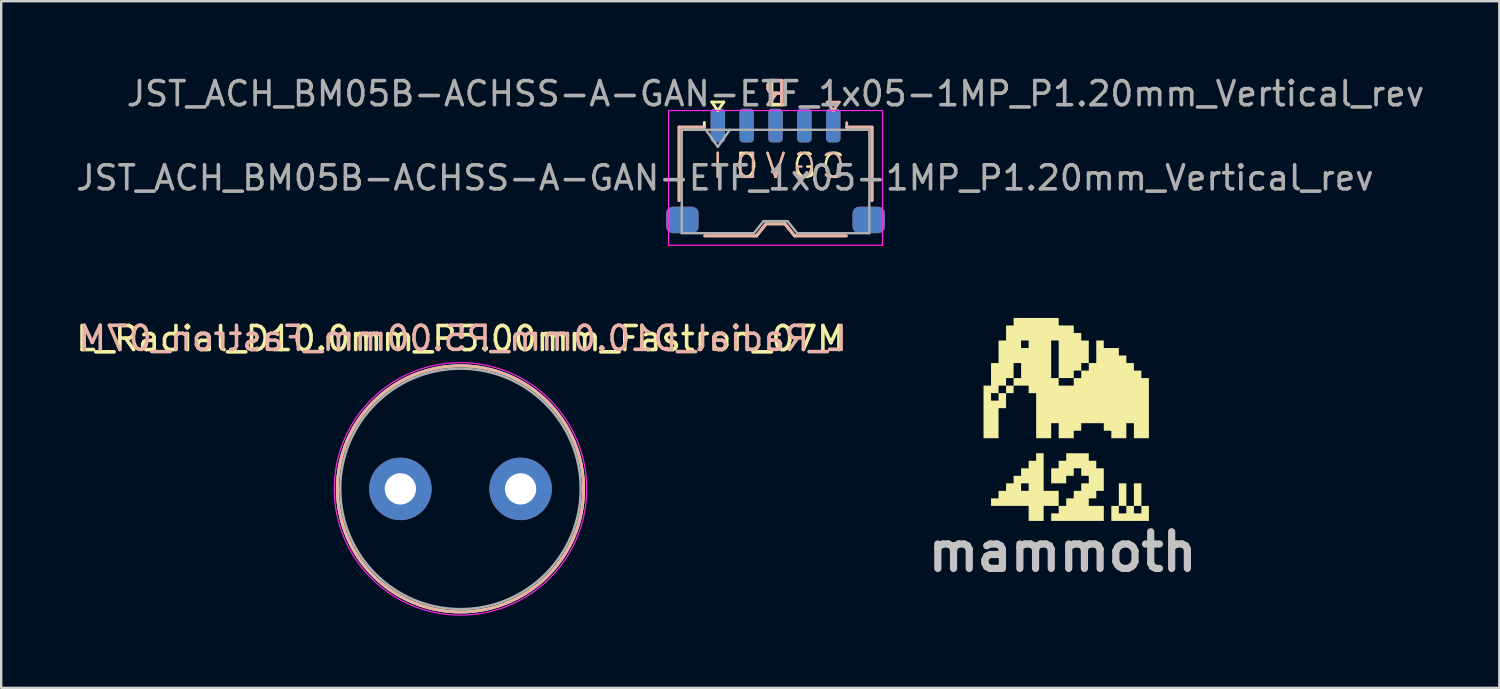
<source format=kicad_pcb>
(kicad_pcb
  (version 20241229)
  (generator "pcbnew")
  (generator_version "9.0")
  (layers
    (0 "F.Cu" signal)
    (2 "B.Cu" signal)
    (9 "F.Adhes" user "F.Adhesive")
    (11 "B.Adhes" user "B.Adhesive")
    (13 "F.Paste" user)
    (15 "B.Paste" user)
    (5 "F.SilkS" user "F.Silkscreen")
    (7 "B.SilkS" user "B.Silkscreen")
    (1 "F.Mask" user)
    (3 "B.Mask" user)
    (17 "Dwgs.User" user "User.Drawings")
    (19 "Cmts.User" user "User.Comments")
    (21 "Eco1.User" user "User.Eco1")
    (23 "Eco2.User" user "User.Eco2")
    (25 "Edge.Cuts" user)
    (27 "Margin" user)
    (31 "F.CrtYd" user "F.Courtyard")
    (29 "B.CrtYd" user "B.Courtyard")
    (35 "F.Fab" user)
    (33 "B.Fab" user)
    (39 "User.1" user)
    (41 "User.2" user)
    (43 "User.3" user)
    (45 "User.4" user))
  (footprint "mammoth"
    (layer "F.Cu")
    (at 41.292 14.55)
    (property "Reference" "mammoth" (at -0.15 5.35 0) (layer "Dwgs.User") (effects (font (size 1.524 1.524) (thickness 0.3))))
    (attr board_only exclude_from_pos_files exclude_from_bom)
    (fp_poly (pts (xy 3.439 3.439) (xy 3.439 4.064) (xy 1.876 4.064) (xy 1.876 3.751) (xy 2.188 3.751) (xy 2.501 3.751) (xy 2.814 3.751) (xy 3.126 3.751) (xy 3.126 3.439) (xy 2.814 3.439) (xy 2.814 3.751) (xy 2.501 3.751) (xy 2.501 3.439) (xy 2.188 3.439) (xy 2.188 3.751) (xy 1.876 3.751) (xy 1.876 3.439) (xy 2.188 3.439) (xy 2.188 2.501) (xy 2.501 2.501) (xy 2.501 3.439) (xy 2.814 3.439) (xy 2.814 2.501) (xy 3.126 2.501) (xy 3.126 3.439)) (stroke (width 0) (type solid)) (fill yes) (layer "F.SilkS"))
    (fp_poly (pts (xy -0.938 2.814) (xy -0.313 2.814) (xy -0.313 3.439) (xy -0.938 3.439) (xy -0.938 4.064) (xy -1.563 4.064) (xy -1.563 3.439) (xy -3.126 3.439) (xy -3.126 3.126) (xy -2.814 3.126) (xy -2.814 2.814) (xy -2.501 2.814) (xy -1.876 2.814) (xy -1.563 2.814) (xy -1.563 2.501) (xy -1.876 2.501) (xy -1.876 2.814) (xy -2.501 2.814) (xy -2.501 2.501) (xy -2.188 2.501) (xy -2.188 2.188) (xy -1.876 2.188) (xy -1.876 1.876) (xy -1.563 1.876) (xy -1.563 1.563) (xy -1.25 1.563) (xy -1.25 1.25) (xy -0.938 1.25)) (stroke (width 0) (type solid)) (fill yes) (layer "F.SilkS"))
    (fp_poly (pts (xy 0.938 1.563) (xy 1.25 1.563) (xy 1.25 1.876) (xy 1.563 1.876) (xy 1.563 2.814) (xy 1.25 2.814) (xy 1.25 3.126) (xy 0.938 3.126) (xy 0.938 3.439) (xy 1.563 3.439) (xy 1.563 4.064) (xy -0.625 4.064) (xy -0.625 3.751) (xy -0.313 3.751) (xy -0.313 3.439) (xy 0 3.439) (xy 0 3.126) (xy 0.313 3.126) (xy 0.313 2.814) (xy 0.625 2.814) (xy 0.625 2.501) (xy 0.938 2.501) (xy 0.938 2.188) (xy 0.625 2.188) (xy 0.625 1.876) (xy 0.313 1.876) (xy 0.313 2.188) (xy 0 2.188) (xy 0 2.501) (xy -0.625 2.501) (xy -0.625 1.876) (xy -0.313 1.876) (xy -0.313 1.563) (xy 0 1.563) (xy 0 1.25) (xy 0.938 1.25)) (stroke (width 0) (type solid)) (fill yes) (layer "F.SilkS"))
    (fp_poly (pts (xy -0.313 -4.064) (xy 0.313 -4.064) (xy 0.313 -3.751) (xy 0.625 -3.751) (xy 0.625 -3.439) (xy 0.938 -3.439) (xy 0.938 -2.501) (xy 1.25 -2.501) (xy 1.25 -3.439) (xy 1.563 -3.439) (xy 1.563 -3.126) (xy 2.188 -3.126) (xy 2.188 -2.814) (xy 2.501 -2.814) (xy 2.501 -2.501) (xy 2.814 -2.501) (xy 2.814 -2.188) (xy 3.126 -2.188) (xy 3.126 -1.876) (xy 3.439 -1.876) (xy 3.439 0.625) (xy 2.814 0.625) (xy 2.814 0) (xy 2.501 0) (xy 2.501 0.625) (xy 1.876 0.625) (xy 1.876 0.313) (xy 1.563 0.313) (xy 1.563 0) (xy 0.625 0) (xy 0.625 0.313) (xy 0.313 0.313) (xy 0.313 0.625) (xy -0.313 0.625) (xy -0.313 0) (xy -0.625 0) (xy -0.625 0.625) (xy -1.25 0.625) (xy -1.25 -1.25) (xy -1.563 -1.25) (xy -1.563 -1.563) (xy -0.313 -1.563) (xy 0.313 -1.563) (xy 0.313 -1.876) (xy 0.625 -1.876) (xy 0.625 -2.188) (xy 0.938 -2.188) (xy 0.938 -2.501) (xy 0.625 -2.501) (xy 0.625 -2.188) (xy 0.313 -2.188) (xy 0.313 -1.876) (xy -0.313 -1.876) (xy -0.313 -1.563) (xy -1.563 -1.563) (xy -2.188 -1.563) (xy -2.188 -1.25) (xy -2.501 -1.25) (xy -2.501 -0.625) (xy -2.814 -0.625) (xy -2.814 0.625) (xy -3.439 0.625) (xy -3.439 -0.938) (xy -3.126 -0.938) (xy -2.814 -0.938) (xy -2.814 -1.25) (xy -2.501 -1.25) (xy -2.501 -1.563) (xy -2.188 -1.563) (xy -2.188 -1.876) (xy -1.876 -1.876) (xy -0.625 -1.876) (xy -0.313 -1.876) (xy -0.313 -3.439) (xy -0.625 -3.439) (xy -0.625 -1.876) (xy -1.876 -1.876) (xy -1.876 -2.501) (xy -2.188 -2.501) (xy -2.188 -1.876) (xy -2.501 -1.876) (xy -2.501 -1.563) (xy -2.814 -1.563) (xy -2.814 -1.25) (xy -3.126 -1.25) (xy -3.126 -0.938) (xy -3.439 -0.938) (xy -3.439 -1.563) (xy -3.126 -1.563) (xy -3.126 -2.501) (xy -2.814 -2.501) (xy -2.814 -3.126) (xy -1.876 -3.126) (xy -1.563 -3.126) (xy -1.563 -3.439) (xy -1.876 -3.439) (xy -1.876 -3.126) (xy -2.814 -3.126) (xy -2.814 -3.439) (xy -2.501 -3.439) (xy -2.501 -4.064) (xy -2.188 -4.064) (xy -2.188 -4.377) (xy -0.313 -4.377)) (stroke (width 0) (type solid)) (fill yes) (layer "F.SilkS")))
  (footprint "JST_ACH_BM05B-ACHSS-A-GAN-ETF_1x05-1MP_P1.20mm_Vertical_rev"
    (layer "F.Cu")
    (at 29.203 4.348)
    (property "Reference" "JST_ACH_BM05B-ACHSS-A-GAN-ETF_1x05-1MP_P1.20mm_Vertical_rev" (at 0 -3.5 180) (layer "F.Fab") (effects (font (size 1 1) (thickness 0.15))))
    (attr smd)
    (fp_line (start -4.01 -2.11) (end -2.96 -2.11) (stroke (width 0.12) (type solid)) (layer "F.SilkS"))
    (fp_line (start -4.01 0.94) (end -4.01 -2.11) (stroke (width 0.12) (type solid)) (layer "F.SilkS"))
    (fp_line (start -2.96 -2.115) (end -2.96 -2.305) (stroke (width 0.12) (type solid)) (layer "F.SilkS"))
    (fp_line (start -2.94 2.41) (end -0.79 2.41) (stroke (width 0.12) (type solid)) (layer "F.SilkS"))
    (fp_line (start -2.65 -3.154) (end -2.4 -2.8) (stroke (width 0.12) (type solid)) (layer "F.SilkS"))
    (fp_line (start -2.4 -2.8) (end -2.15 -3.154) (stroke (width 0.12) (type solid)) (layer "F.SilkS"))
    (fp_line (start -2.15 -3.154) (end -2.65 -3.154) (stroke (width 0.12) (type solid)) (layer "F.SilkS"))
    (fp_line (start -0.79 2.41) (end -0.39 1.91) (stroke (width 0.12) (type solid)) (layer "F.SilkS"))
    (fp_line (start -0.39 1.91) (end 0.39 1.91) (stroke (width 0.12) (type solid)) (layer "F.SilkS"))
    (fp_line (start 0.39 1.91) (end 0.79 2.41) (stroke (width 0.12) (type solid)) (layer "F.SilkS"))
    (fp_line (start 0.79 2.41) (end 2.94 2.41) (stroke (width 0.12) (type solid)) (layer "F.SilkS"))
    (fp_line (start 4.01 -2.11) (end 2.96 -2.11) (stroke (width 0.12) (type solid)) (layer "F.SilkS"))
    (fp_line (start 4.01 0.94) (end 4.01 -2.11) (stroke (width 0.12) (type solid)) (layer "F.SilkS"))
    (fp_line (start -4.01 -2.11) (end -2.96 -2.11) (stroke (width 0.12) (type solid)) (layer "B.SilkS"))
    (fp_line (start -4.01 0.94) (end -4.01 -2.11) (stroke (width 0.12) (type solid)) (layer "B.SilkS"))
    (fp_line (start -0.79 2.41) (end -2.94 2.41) (stroke (width 0.12) (type solid)) (layer "B.SilkS"))
    (fp_line (start -0.39 1.91) (end -0.79 2.41) (stroke (width 0.12) (type solid)) (layer "B.SilkS"))
    (fp_line (start 0.39 1.91) (end -0.39 1.91) (stroke (width 0.12) (type solid)) (layer "B.SilkS"))
    (fp_line (start 0.79 2.41) (end 0.39 1.91) (stroke (width 0.12) (type solid)) (layer "B.SilkS"))
    (fp_line (start 2.15 -3.149) (end 2.65 -3.149) (stroke (width 0.12) (type solid)) (layer "B.SilkS"))
    (fp_line (start 2.4 -2.795) (end 2.15 -3.149) (stroke (width 0.12) (type solid)) (layer "B.SilkS"))
    (fp_line (start 2.65 -3.149) (end 2.4 -2.795) (stroke (width 0.12) (type solid)) (layer "B.SilkS"))
    (fp_line (start 2.94 2.41) (end 0.79 2.41) (stroke (width 0.12) (type solid)) (layer "B.SilkS"))
    (fp_line (start 2.96 -2.105) (end 2.96 -2.295) (stroke (width 0.12) (type solid)) (layer "B.SilkS"))
    (fp_line (start 4.01 -2.11) (end 2.96 -2.11) (stroke (width 0.12) (type solid)) (layer "B.SilkS"))
    (fp_line (start 4.01 0.94) (end 4.01 -2.11) (stroke (width 0.12) (type solid)) (layer "B.SilkS"))
    (fp_line (start -4.45 -2.8) (end -4.45 2.8) (stroke (width 0.05) (type solid)) (layer "F.CrtYd"))
    (fp_line (start -4.45 2.8) (end 4.45 2.8) (stroke (width 0.05) (type solid)) (layer "F.CrtYd"))
    (fp_line (start 4.45 -2.8) (end -4.45 -2.8) (stroke (width 0.05) (type solid)) (layer "F.CrtYd"))
    (fp_line (start 4.45 2.8) (end 4.45 -2.8) (stroke (width 0.05) (type solid)) (layer "F.CrtYd"))
    (fp_line (start -3.9 -2) (end -3.9 2.3) (stroke (width 0.1) (type solid)) (layer "F.Fab"))
    (fp_line (start -3.9 -2) (end 3.9 -2) (stroke (width 0.1) (type solid)) (layer "F.Fab"))
    (fp_line (start -3.9 2.3) (end -0.9 2.3) (stroke (width 0.1) (type solid)) (layer "F.Fab"))
    (fp_line (start -2.9 -2) (end -2.4 -1.293) (stroke (width 0.1) (type solid)) (layer "F.Fab"))
    (fp_line (start -2.4 -1.293) (end -1.9 -2) (stroke (width 0.1) (type solid)) (layer "F.Fab"))
    (fp_line (start -0.9 2.3) (end -0.5 1.8) (stroke (width 0.1) (type solid)) (layer "F.Fab"))
    (fp_line (start -0.5 1.8) (end 0.5 1.8) (stroke (width 0.1) (type solid)) (layer "F.Fab"))
    (fp_line (start 0.5 1.8) (end 0.9 2.3) (stroke (width 0.1) (type solid)) (layer "F.Fab"))
    (fp_line (start 0.9 2.3) (end 3.9 2.3) (stroke (width 0.1) (type solid)) (layer "F.Fab"))
    (fp_line (start 3.9 -2) (end 3.9 2.3) (stroke (width 0.1) (type solid)) (layer "F.Fab"))
    (fp_text user "C" (at 2.4 -0.5 0) (unlocked yes) (layer "F.SilkS") (effects (font (size 1 1) (thickness 0.1))))
    (fp_text user "I" (at -2.4 -0.5 0) (unlocked yes) (layer "F.SilkS") (effects (font (size 1 1) (thickness 0.1))))
    (fp_text user "D" (at -1.2 -0.5 0) (unlocked yes) (layer "F.SilkS") (effects (font (size 1 1) (thickness 0.1))))
    (fp_text user "V" (at 0 -0.5 0) (unlocked yes) (layer "F.SilkS") (effects (font (size 1 1) (thickness 0.1))))
    (fp_text user "G" (at 1.2 -0.5 0) (unlocked yes) (layer "F.SilkS") (effects (font (size 1 1) (thickness 0.1))))
    (fp_text user "L" (at 0 -3.5 0) (unlocked yes) (layer "F.SilkS") (effects (font (size 1 1) (thickness 0.15))))
    (fp_text user "I" (at -2.4 -0.5 0) (unlocked yes) (layer "B.SilkS") (effects (font (size 1 1) (thickness 0.1)) (justify mirror)))
    (fp_text user "D" (at -1.2 -0.5 0) (unlocked yes) (layer "B.SilkS") (effects (font (size 1 1) (thickness 0.1)) (justify mirror)))
    (fp_text user "V" (at 0 -0.5 0) (unlocked yes) (layer "B.SilkS") (effects (font (size 1 1) (thickness 0.1)) (justify mirror)))
    (fp_text user "G" (at 1.2 -0.5 0) (unlocked yes) (layer "B.SilkS") (effects (font (size 1 1) (thickness 0.1)) (justify mirror)))
    (fp_text user "C" (at 2.4 -0.5 0) (unlocked yes) (layer "B.SilkS") (effects (font (size 1 1) (thickness 0.1)) (justify mirror)))
    (fp_text user "R" (at 0 -3.5 0) (unlocked yes) (layer "B.SilkS") (effects (font (size 1 1) (thickness 0.15)) (justify mirror)))
    (fp_text user "${REFERENCE}" (at -2.102 0 180) (layer "F.Fab") (effects (font (size 1 1) (thickness 0.15))))
    (pad "1" smd roundrect (at -2.4 -2.175) (size 0.6 1.4) (layers "F.Cu" "F.Mask" "F.Paste") (roundrect_rratio 0.25))
    (pad "1" smd roundrect (at -2.4 -2.175) (size 0.6 1.4) (layers "B.Cu" "B.Mask" "B.Paste") (roundrect_rratio 0.25))
    (pad "2" smd roundrect (at -1.2 -2.175) (size 0.6 1.4) (layers "F.Cu" "F.Mask" "F.Paste") (roundrect_rratio 0.25))
    (pad "2" smd roundrect (at -1.2 -2.175) (size 0.6 1.4) (layers "B.Cu" "B.Mask" "B.Paste") (roundrect_rratio 0.25))
    (pad "3" smd roundrect (at 0 -2.175) (size 0.6 1.4) (layers "F.Cu" "F.Mask" "F.Paste") (roundrect_rratio 0.25))
    (pad "3" smd roundrect (at 0 -2.175) (size 0.6 1.4) (layers "B.Cu" "B.Mask" "B.Paste") (roundrect_rratio 0.25))
    (pad "4" smd roundrect (at 1.2 -2.175) (size 0.6 1.4) (layers "F.Cu" "F.Mask" "F.Paste") (roundrect_rratio 0.25))
    (pad "4" smd roundrect (at 1.2 -2.175 180) (size 0.6 1.4) (layers "B.Cu" "B.Mask" "B.Paste") (roundrect_rratio 0.25))
    (pad "5" smd roundrect (at 2.4 -2.175) (size 0.6 1.4) (layers "F.Cu" "F.Mask" "F.Paste") (roundrect_rratio 0.25))
    (pad "5" smd roundrect (at 2.4 -2.175) (size 0.6 1.4) (layers "B.Cu" "B.Mask" "B.Paste") (roundrect_rratio 0.25))
    (pad "MP" smd roundrect (at -3.875 1.75) (size 1.35 1.1) (layers "F.Cu" "F.Mask" "F.Paste") (roundrect_rratio 0.25))
    (pad "MP" smd roundrect (at -3.875 1.75) (size 1.35 1.1) (layers "B.Cu" "B.Mask" "B.Paste") (roundrect_rratio 0.25))
    (pad "MP" smd roundrect (at 3.875 1.75) (size 1.35 1.1) (layers "F.Cu" "F.Mask" "F.Paste") (roundrect_rratio 0.25))
    (pad "MP" smd roundrect (at 3.875 1.75) (size 1.35 1.1) (layers "B.Cu" "B.Mask" "B.Paste") (roundrect_rratio 0.25)))
  (footprint "L_Radial_D10.0mm_P5.00mm_Fastron_07M"
    (layer "F.Cu")
    (at 13.601 17.282)
    (property "Reference" "L_Radial_D10.0mm_P5.00mm_Fastron_07M" (at 2.5 -6.25 0) (layer "F.SilkS") (effects (font (size 1 1) (thickness 0.15))))
    (attr through_hole)
    (fp_circle (center 2.5 0) (end 7.62 0) (stroke (width 0.12) (type solid)) (fill no) (layer "F.SilkS"))
    (fp_circle (center 2.5 0) (end -2.62 0) (stroke (width 0.12) (type solid)) (fill no) (layer "B.SilkS"))
    (fp_circle (center 2.5 0) (end 7.75 0) (stroke (width 0.05) (type solid)) (fill no) (layer "F.CrtYd"))
    (fp_circle (center 2.5 0) (end 7.5 0) (stroke (width 0.1) (type solid)) (fill no) (layer "F.Fab"))
    (fp_text user "${REFERENCE}" (at 2.59 -6.26 0) (layer "B.SilkS") (effects (font (size 1 1) (thickness 0.15)) (justify mirror)))
    (pad "1" thru_hole circle (at 0 0) (size 2.6 2.6) (drill 1.3) (layers "*.Cu" "*.Mask"))
    (pad "2" thru_hole circle (at 5 0) (size 2.6 2.6) (drill 1.3) (layers "*.Cu" "*.Mask")))
  (gr_rect
    (start -3 -3)
    (end 59.304 25.556)
    (stroke (width 0.1) (type default))
    (fill no)
    (layer "Edge.Cuts")))
</source>
